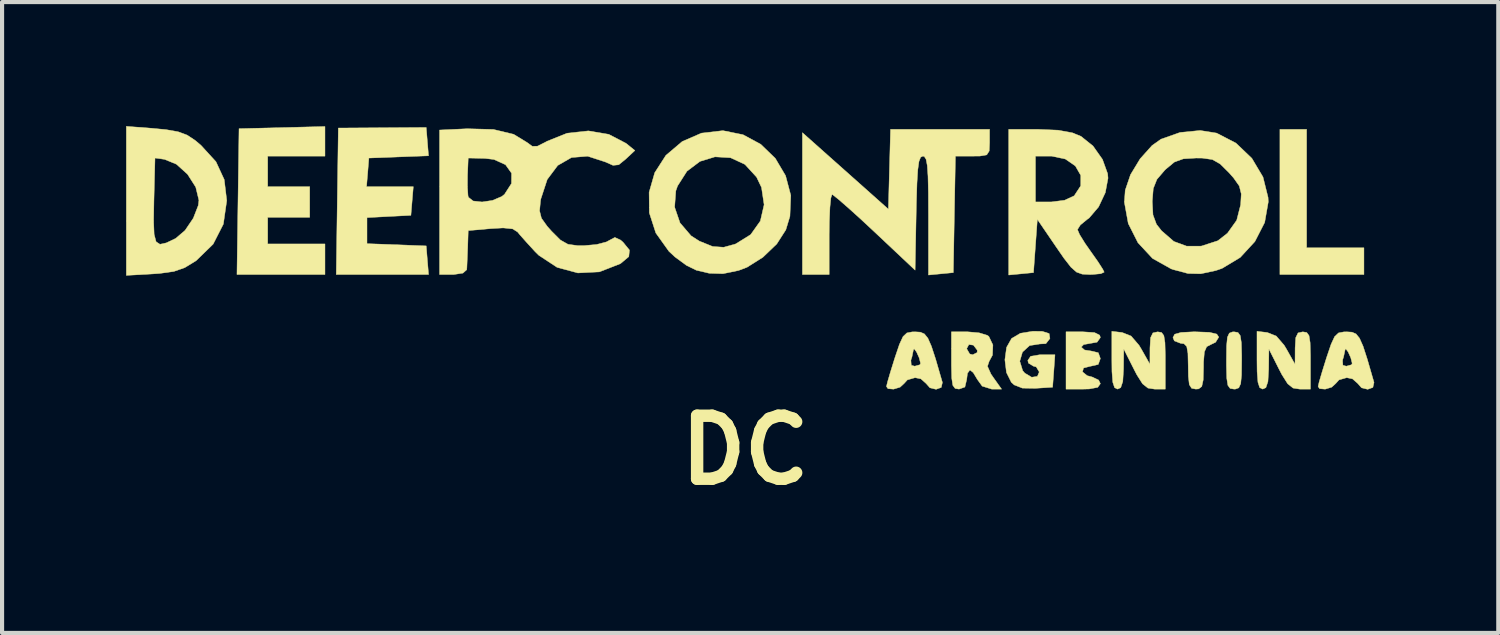
<source format=kicad_pcb>
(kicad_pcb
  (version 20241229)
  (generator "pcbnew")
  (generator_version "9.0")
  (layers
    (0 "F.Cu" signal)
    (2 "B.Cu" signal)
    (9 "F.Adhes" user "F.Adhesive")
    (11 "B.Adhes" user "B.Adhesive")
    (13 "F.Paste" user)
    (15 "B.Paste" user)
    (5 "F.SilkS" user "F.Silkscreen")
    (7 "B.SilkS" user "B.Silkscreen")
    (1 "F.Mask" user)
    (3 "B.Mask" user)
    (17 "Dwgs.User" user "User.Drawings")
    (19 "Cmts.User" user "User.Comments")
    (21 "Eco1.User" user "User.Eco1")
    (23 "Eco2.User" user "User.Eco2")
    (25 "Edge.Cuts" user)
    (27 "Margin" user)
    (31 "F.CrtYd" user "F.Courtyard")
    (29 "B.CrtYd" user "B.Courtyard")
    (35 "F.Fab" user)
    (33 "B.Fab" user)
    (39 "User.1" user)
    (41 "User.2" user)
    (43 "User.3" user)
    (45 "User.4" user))
  (footprint "DC"
    (layer "F.Cu")
    (at 14.968 7.837)
    (property "Reference" "DC" (at 0 0 0) (layer "F.SilkS") (effects (font (size 1.524 1.524) (thickness 0.3))))
    (attr through_hole)
    (fp_poly (pts (xy 13.577 -4.895) (xy 14.963 -4.895) (xy 14.963 -4.249) (xy 12.931 -4.249) (xy 12.931 -7.759) (xy 13.577 -7.759) (xy 13.577 -4.895)) (stroke (width 0.01) (type solid)) (fill yes) (layer "F.SilkS"))
    (fp_poly (pts (xy -10.16 -7.112) (xy -11.545 -7.112) (xy -11.545 -6.373) (xy -10.529 -6.373) (xy -10.529 -5.634) (xy -11.545 -5.634) (xy -11.545 -4.988) (xy -10.16 -4.988) (xy -10.16 -4.249) (xy -12.288 -4.249) (xy -12.263 -6.013) (xy -12.238 -7.776) (xy -10.16 -7.828) (xy -10.16 -7.112)) (stroke (width 0.01) (type solid)) (fill yes) (layer "F.SilkS"))
    (fp_poly (pts (xy -7.684 -7.462) (xy -7.656 -7.12) (xy -8.377 -7.093) (xy -9.098 -7.066) (xy -9.126 -6.719) (xy -9.155 -6.373) (xy -8.024 -6.373) (xy -8.053 -6.027) (xy -8.082 -5.68) (xy -8.613 -5.653) (xy -9.144 -5.625) (xy -9.144 -4.995) (xy -7.712 -4.941) (xy -7.684 -4.595) (xy -7.655 -4.249) (xy -9.887 -4.249) (xy -9.837 -7.791) (xy -7.712 -7.805) (xy -7.684 -7.462)) (stroke (width 0.01) (type solid)) (fill yes) (layer "F.SilkS"))
    (fp_poly (pts (xy 11.917 -2.847) (xy 11.972 -2.772) (xy 11.999 -2.601) (xy 12.007 -2.295) (xy 12.007 -2.171) (xy 12.003 -1.816) (xy 11.983 -1.609) (xy 11.937 -1.509) (xy 11.856 -1.479) (xy 11.823 -1.478) (xy 11.728 -1.494) (xy 11.673 -1.569) (xy 11.646 -1.74) (xy 11.638 -2.046) (xy 11.638 -2.171) (xy 11.642 -2.525) (xy 11.662 -2.733) (xy 11.708 -2.832) (xy 11.789 -2.862) (xy 11.823 -2.863) (xy 11.917 -2.847)) (stroke (width 0.01) (type solid)) (fill yes) (layer "F.SilkS"))
    (fp_poly (pts (xy 8.448 -2.845) (xy 8.573 -2.783) (xy 8.59 -2.725) (xy 8.51 -2.613) (xy 8.359 -2.586) (xy 8.185 -2.555) (xy 8.128 -2.494) (xy 8.207 -2.424) (xy 8.359 -2.401) (xy 8.54 -2.358) (xy 8.59 -2.217) (xy 8.538 -2.074) (xy 8.355 -2.032) (xy 8.351 -2.032) (xy 8.182 -1.989) (xy 8.158 -1.895) (xy 8.271 -1.803) (xy 8.389 -1.772) (xy 8.548 -1.697) (xy 8.59 -1.61) (xy 8.527 -1.521) (xy 8.323 -1.482) (xy 8.174 -1.478) (xy 7.759 -1.478) (xy 7.759 -2.863) (xy 8.174 -2.863) (xy 8.448 -2.845)) (stroke (width 0.01) (type solid)) (fill yes) (layer "F.SilkS"))
    (fp_poly (pts (xy 11.229 -2.851) (xy 11.404 -2.809) (xy 11.453 -2.736) (xy 11.376 -2.611) (xy 11.268 -2.559) (xy 11.161 -2.504) (xy 11.105 -2.378) (xy 11.085 -2.134) (xy 11.084 -1.994) (xy 11.076 -1.698) (xy 11.042 -1.542) (xy 10.967 -1.484) (xy 10.899 -1.478) (xy 10.796 -1.498) (xy 10.74 -1.587) (xy 10.718 -1.787) (xy 10.714 -2.032) (xy 10.707 -2.342) (xy 10.678 -2.509) (xy 10.611 -2.576) (xy 10.529 -2.586) (xy 10.379 -2.644) (xy 10.345 -2.725) (xy 10.387 -2.805) (xy 10.538 -2.848) (xy 10.832 -2.863) (xy 10.899 -2.863) (xy 11.229 -2.851)) (stroke (width 0.01) (type solid)) (fill yes) (layer "F.SilkS"))
    (fp_poly (pts (xy 9.119 -2.846) (xy 9.333 -2.761) (xy 9.524 -2.539) (xy 9.579 -2.448) (xy 9.788 -2.078) (xy 9.789 -2.471) (xy 9.804 -2.722) (xy 9.86 -2.837) (xy 9.975 -2.863) (xy 10.07 -2.847) (xy 10.125 -2.772) (xy 10.152 -2.601) (xy 10.16 -2.295) (xy 10.16 -2.171) (xy 10.16 -1.478) (xy 9.902 -1.478) (xy 9.74 -1.503) (xy 9.61 -1.606) (xy 9.471 -1.825) (xy 9.4 -1.963) (xy 9.155 -2.448) (xy 9.15 -1.963) (xy 9.132 -1.663) (xy 9.082 -1.513) (xy 9.005 -1.478) (xy 8.933 -1.514) (xy 8.89 -1.644) (xy 8.87 -1.902) (xy 8.867 -2.177) (xy 8.867 -2.876) (xy 9.119 -2.846)) (stroke (width 0.01) (type solid)) (fill yes) (layer "F.SilkS"))
    (fp_poly (pts (xy 12.628 -2.846) (xy 12.843 -2.761) (xy 13.034 -2.539) (xy 13.089 -2.448) (xy 13.297 -2.078) (xy 13.299 -2.471) (xy 13.314 -2.722) (xy 13.37 -2.837) (xy 13.485 -2.863) (xy 13.58 -2.847) (xy 13.635 -2.772) (xy 13.662 -2.601) (xy 13.67 -2.295) (xy 13.67 -2.171) (xy 13.67 -1.478) (xy 13.412 -1.478) (xy 13.25 -1.503) (xy 13.12 -1.606) (xy 12.981 -1.825) (xy 12.909 -1.963) (xy 12.665 -2.448) (xy 12.659 -1.963) (xy 12.642 -1.663) (xy 12.592 -1.513) (xy 12.515 -1.478) (xy 12.442 -1.514) (xy 12.4 -1.644) (xy 12.38 -1.902) (xy 12.377 -2.177) (xy 12.377 -2.876) (xy 12.628 -2.846)) (stroke (width 0.01) (type solid)) (fill yes) (layer "F.SilkS"))
    (fp_poly (pts (xy 7.188 -2.874) (xy 7.351 -2.822) (xy 7.37 -2.702) (xy 7.272 -2.577) (xy 7.127 -2.57) (xy 6.878 -2.531) (xy 6.706 -2.374) (xy 6.641 -2.153) (xy 6.711 -1.925) (xy 6.761 -1.866) (xy 6.929 -1.765) (xy 7.067 -1.786) (xy 7.112 -1.893) (xy 7.038 -2.016) (xy 6.973 -2.032) (xy 6.851 -2.106) (xy 6.835 -2.171) (xy 6.904 -2.272) (xy 7.125 -2.309) (xy 7.163 -2.309) (xy 7.492 -2.309) (xy 7.464 -1.917) (xy 7.435 -1.524) (xy 7.015 -1.497) (xy 6.704 -1.502) (xy 6.507 -1.579) (xy 6.437 -1.642) (xy 6.319 -1.879) (xy 6.281 -2.188) (xy 6.322 -2.488) (xy 6.442 -2.701) (xy 6.442 -2.702) (xy 6.657 -2.829) (xy 6.957 -2.877) (xy 7.188 -2.874)) (stroke (width 0.01) (type solid)) (fill yes) (layer "F.SilkS"))
    (fp_poly (pts (xy 5.657 -2.839) (xy 5.857 -2.778) (xy 5.893 -2.752) (xy 5.991 -2.546) (xy 5.981 -2.3) (xy 5.9 -2.15) (xy 5.86 -2.03) (xy 5.944 -1.842) (xy 5.999 -1.762) (xy 6.201 -1.478) (xy 5.962 -1.478) (xy 5.732 -1.55) (xy 5.617 -1.709) (xy 5.515 -1.878) (xy 5.435 -1.94) (xy 5.376 -1.861) (xy 5.357 -1.709) (xy 5.314 -1.528) (xy 5.172 -1.478) (xy 5.078 -1.494) (xy 5.022 -1.569) (xy 4.996 -1.74) (xy 4.988 -2.046) (xy 4.988 -2.171) (xy 4.988 -2.455) (xy 5.357 -2.455) (xy 5.431 -2.328) (xy 5.503 -2.309) (xy 5.611 -2.363) (xy 5.613 -2.419) (xy 5.521 -2.541) (xy 5.41 -2.556) (xy 5.357 -2.455) (xy 4.988 -2.455) (xy 4.988 -2.863) (xy 5.385 -2.863) (xy 5.657 -2.839)) (stroke (width 0.01) (type solid)) (fill yes) (layer "F.SilkS"))
    (fp_poly (pts (xy -14.432 -7.792) (xy -14.006 -7.753) (xy -13.711 -7.701) (xy -13.492 -7.62) (xy -13.296 -7.49) (xy -13.159 -7.374) (xy -12.796 -6.977) (xy -12.596 -6.545) (xy -12.535 -6.037) (xy -12.617 -5.468) (xy -12.864 -4.984) (xy -13.273 -4.586) (xy -13.289 -4.575) (xy -13.551 -4.415) (xy -13.815 -4.323) (xy -14.159 -4.275) (xy -14.32 -4.264) (xy -14.963 -4.228) (xy -14.963 -5.543) (xy -14.304 -5.543) (xy -14.291 -5.222) (xy -14.244 -5.042) (xy -14.15 -4.98) (xy -13.996 -5.014) (xy -13.77 -5.122) (xy -13.543 -5.316) (xy -13.344 -5.61) (xy -13.223 -5.921) (xy -13.208 -6.045) (xy -13.285 -6.363) (xy -13.483 -6.673) (xy -13.752 -6.916) (xy -14.039 -7.034) (xy -14.27 -7.066) (xy -14.296 -6.027) (xy -14.304 -5.543) (xy -14.963 -5.543) (xy -14.963 -7.832) (xy -14.432 -7.792)) (stroke (width 0.01) (type solid)) (fill yes) (layer "F.SilkS"))
    (fp_poly (pts (xy 4.238 -2.855) (xy 4.335 -2.813) (xy 4.419 -2.709) (xy 4.504 -2.516) (xy 4.606 -2.205) (xy 4.738 -1.749) (xy 4.77 -1.639) (xy 4.742 -1.518) (xy 4.617 -1.473) (xy 4.468 -1.51) (xy 4.374 -1.616) (xy 4.25 -1.726) (xy 4.11 -1.755) (xy 3.923 -1.701) (xy 3.846 -1.616) (xy 3.747 -1.525) (xy 3.589 -1.477) (xy 3.454 -1.489) (xy 3.417 -1.541) (xy 3.444 -1.654) (xy 3.514 -1.892) (xy 3.603 -2.178) (xy 4.008 -2.178) (xy 4.017 -2.055) (xy 4.1 -2.032) (xy 4.226 -2.067) (xy 4.242 -2.101) (xy 4.207 -2.238) (xy 4.144 -2.377) (xy 4.088 -2.452) (xy 4.07 -2.432) (xy 4.033 -2.253) (xy 4.008 -2.178) (xy 3.603 -2.178) (xy 3.612 -2.207) (xy 3.62 -2.233) (xy 3.731 -2.561) (xy 3.818 -2.749) (xy 3.912 -2.837) (xy 4.043 -2.862) (xy 4.111 -2.863) (xy 4.238 -2.855)) (stroke (width 0.01) (type solid)) (fill yes) (layer "F.SilkS"))
    (fp_poly (pts (xy 5.911 -7.435) (xy 5.902 -7.236) (xy 5.842 -7.142) (xy 5.679 -7.114) (xy 5.498 -7.112) (xy 5.085 -7.112) (xy 5.059 -5.703) (xy 5.034 -4.295) (xy 4.734 -4.266) (xy 4.433 -4.237) (xy 4.433 -5.675) (xy 4.431 -6.229) (xy 4.422 -6.625) (xy 4.404 -6.885) (xy 4.375 -7.036) (xy 4.332 -7.103) (xy 4.297 -7.112) (xy 4.243 -7.084) (xy 4.203 -6.982) (xy 4.175 -6.781) (xy 4.155 -6.456) (xy 4.141 -5.983) (xy 4.136 -5.734) (xy 4.11 -4.355) (xy 3.14 -5.268) (xy 2.791 -5.593) (xy 2.487 -5.867) (xy 2.255 -6.069) (xy 2.122 -6.174) (xy 2.101 -6.184) (xy 2.073 -6.1) (xy 2.05 -5.869) (xy 2.036 -5.529) (xy 2.032 -5.219) (xy 2.032 -4.249) (xy 1.385 -4.249) (xy 1.385 -7.679) (xy 3.464 -5.829) (xy 3.49 -6.794) (xy 3.516 -7.759) (xy 5.911 -7.759) (xy 5.911 -7.435)) (stroke (width 0.01) (type solid)) (fill yes) (layer "F.SilkS"))
    (fp_poly (pts (xy 14.675 -2.855) (xy 14.772 -2.813) (xy 14.856 -2.709) (xy 14.942 -2.516) (xy 15.043 -2.205) (xy 15.175 -1.749) (xy 15.207 -1.639) (xy 15.179 -1.518) (xy 15.054 -1.473) (xy 14.905 -1.51) (xy 14.812 -1.616) (xy 14.687 -1.726) (xy 14.547 -1.755) (xy 14.36 -1.701) (xy 14.283 -1.616) (xy 14.184 -1.525) (xy 14.026 -1.477) (xy 13.891 -1.489) (xy 13.855 -1.541) (xy 13.881 -1.654) (xy 13.951 -1.892) (xy 14.04 -2.178) (xy 14.445 -2.178) (xy 14.454 -2.055) (xy 14.537 -2.032) (xy 14.663 -2.067) (xy 14.679 -2.101) (xy 14.644 -2.238) (xy 14.581 -2.377) (xy 14.525 -2.452) (xy 14.508 -2.432) (xy 14.47 -2.253) (xy 14.445 -2.178) (xy 14.04 -2.178) (xy 14.049 -2.207) (xy 14.057 -2.233) (xy 14.168 -2.561) (xy 14.255 -2.749) (xy 14.349 -2.837) (xy 14.48 -2.862) (xy 14.549 -2.863) (xy 14.675 -2.855)) (stroke (width 0.01) (type solid)) (fill yes) (layer "F.SilkS"))
    (fp_poly (pts (xy -0.051 -7.63) (xy 0.378 -7.398) (xy 0.729 -7.059) (xy 0.978 -6.639) (xy 1.104 -6.163) (xy 1.083 -5.657) (xy 0.984 -5.33) (xy 0.764 -4.987) (xy 0.429 -4.666) (xy 0.045 -4.424) (xy -0.159 -4.347) (xy -0.536 -4.269) (xy -0.868 -4.279) (xy -1.181 -4.353) (xy -1.421 -4.471) (xy -1.698 -4.675) (xy -1.844 -4.811) (xy -2.16 -5.254) (xy -2.317 -5.74) (xy -2.318 -5.877) (xy -1.705 -5.877) (xy -1.575 -5.498) (xy -1.307 -5.185) (xy -1.108 -5.057) (xy -0.787 -4.927) (xy -0.518 -4.908) (xy -0.23 -4.988) (xy 0.134 -5.214) (xy 0.368 -5.543) (xy 0.459 -5.937) (xy 0.396 -6.355) (xy 0.276 -6.605) (xy -0.006 -6.912) (xy -0.353 -7.073) (xy -0.729 -7.095) (xy -1.093 -6.984) (xy -1.407 -6.747) (xy -1.634 -6.391) (xy -1.676 -6.272) (xy -1.705 -5.877) (xy -2.318 -5.877) (xy -2.322 -6.237) (xy -2.186 -6.711) (xy -1.916 -7.131) (xy -1.522 -7.465) (xy -1.056 -7.668) (xy -0.537 -7.728) (xy -0.051 -7.63)) (stroke (width 0.01) (type solid)) (fill yes) (layer "F.SilkS"))
    (fp_poly (pts (xy 7.569 -7.739) (xy 7.915 -7.675) (xy 8.122 -7.59) (xy 8.412 -7.357) (xy 8.641 -7.033) (xy 8.765 -6.689) (xy 8.775 -6.579) (xy 8.71 -6.231) (xy 8.546 -5.883) (xy 8.322 -5.62) (xy 8.274 -5.585) (xy 8.106 -5.447) (xy 8.036 -5.336) (xy 8.036 -5.336) (xy 8.087 -5.216) (xy 8.219 -5.003) (xy 8.359 -4.803) (xy 8.532 -4.558) (xy 8.649 -4.375) (xy 8.682 -4.306) (xy 8.6 -4.269) (xy 8.397 -4.25) (xy 8.329 -4.249) (xy 8.152 -4.258) (xy 8.014 -4.307) (xy 7.879 -4.426) (xy 7.709 -4.644) (xy 7.521 -4.916) (xy 7.066 -5.583) (xy 6.973 -4.295) (xy 6.673 -4.266) (xy 6.373 -4.237) (xy 6.373 -7.112) (xy 7.02 -7.112) (xy 7.02 -6.004) (xy 7.405 -6.004) (xy 7.725 -6.045) (xy 7.953 -6.151) (xy 7.959 -6.156) (xy 8.115 -6.394) (xy 8.116 -6.646) (xy 7.985 -6.874) (xy 7.742 -7.042) (xy 7.411 -7.112) (xy 7.389 -7.112) (xy 7.02 -7.112) (xy 6.373 -7.112) (xy 6.373 -7.759) (xy 7.09 -7.759) (xy 7.569 -7.739)) (stroke (width 0.01) (type solid)) (fill yes) (layer "F.SilkS"))
    (fp_poly (pts (xy 11.4 -7.669) (xy 11.868 -7.427) (xy 12.253 -7.059) (xy 12.522 -6.607) (xy 12.645 -6.113) (xy 12.65 -6.004) (xy 12.563 -5.508) (xy 12.326 -5.046) (xy 11.971 -4.661) (xy 11.532 -4.397) (xy 11.381 -4.345) (xy 11.016 -4.267) (xy 10.707 -4.274) (xy 10.354 -4.368) (xy 10.299 -4.387) (xy 9.852 -4.638) (xy 9.499 -5.017) (xy 9.264 -5.483) (xy 9.171 -5.993) (xy 9.172 -6.016) (xy 9.844 -6.016) (xy 9.862 -5.691) (xy 9.946 -5.464) (xy 10.068 -5.308) (xy 10.366 -5.049) (xy 10.675 -4.935) (xy 11.029 -4.936) (xy 11.431 -5.066) (xy 11.662 -5.247) (xy 11.886 -5.56) (xy 11.982 -5.936) (xy 11.997 -6.199) (xy 11.949 -6.39) (xy 11.809 -6.588) (xy 11.702 -6.709) (xy 11.486 -6.923) (xy 11.3 -7.029) (xy 11.058 -7.064) (xy 10.908 -7.066) (xy 10.597 -7.047) (xy 10.382 -6.97) (xy 10.174 -6.798) (xy 10.146 -6.771) (xy 9.957 -6.55) (xy 9.869 -6.328) (xy 9.844 -6.016) (xy 9.172 -6.016) (xy 9.191 -6.288) (xy 9.319 -6.664) (xy 9.551 -7.047) (xy 9.839 -7.368) (xy 10.056 -7.522) (xy 10.516 -7.684) (xy 11.003 -7.732) (xy 11.4 -7.669)) (stroke (width 0.01) (type solid)) (fill yes) (layer "F.SilkS"))
    (fp_poly (pts (xy -6.086 -7.757) (xy -5.598 -7.64) (xy -5.27 -7.44) (xy -5.147 -7.35) (xy -5.024 -7.352) (xy -4.83 -7.449) (xy -4.791 -7.471) (xy -4.305 -7.666) (xy -3.79 -7.722) (xy -3.298 -7.639) (xy -2.879 -7.421) (xy -2.866 -7.41) (xy -2.666 -7.248) (xy -2.889 -7.039) (xy -3.056 -6.903) (xy -3.195 -6.889) (xy -3.38 -6.971) (xy -3.808 -7.11) (xy -4.199 -7.078) (xy -4.531 -6.887) (xy -4.785 -6.549) (xy -4.94 -6.077) (xy -4.948 -6.028) (xy -4.971 -5.79) (xy -4.926 -5.611) (xy -4.787 -5.416) (xy -4.682 -5.298) (xy -4.468 -5.084) (xy -4.285 -4.98) (xy -4.05 -4.948) (xy -3.892 -4.948) (xy -3.592 -4.975) (xy -3.354 -5.037) (xy -3.283 -5.076) (xy -3.15 -5.146) (xy -3.012 -5.082) (xy -2.954 -5.032) (xy -2.797 -4.84) (xy -2.813 -4.681) (xy -3.005 -4.52) (xy -3.025 -4.508) (xy -3.524 -4.313) (xy -4.045 -4.287) (xy -4.547 -4.422) (xy -4.99 -4.714) (xy -5.077 -4.8) (xy -5.285 -5.027) (xy -5.451 -5.214) (xy -5.503 -5.278) (xy -5.622 -5.353) (xy -5.85 -5.376) (xy -6.15 -5.359) (xy -6.696 -5.311) (xy -6.709 -4.895) (xy -6.72 -4.616) (xy -6.729 -4.408) (xy -6.733 -4.364) (xy -6.824 -4.283) (xy -7.047 -4.249) (xy -7.066 -4.249) (xy -7.389 -4.249) (xy -7.389 -6.371) (xy -6.715 -6.371) (xy -6.702 -6.163) (xy -6.693 -6.119) (xy -6.578 -6.027) (xy -6.361 -6.003) (xy -6.108 -6.041) (xy -5.884 -6.136) (xy -5.819 -6.188) (xy -5.65 -6.45) (xy -5.648 -6.699) (xy -5.794 -6.904) (xy -6.073 -7.031) (xy -6.29 -7.057) (xy -6.696 -7.066) (xy -6.713 -6.65) (xy -6.715 -6.371) (xy -7.389 -6.371) (xy -7.389 -7.743) (xy -6.722 -7.774) (xy -6.086 -7.757)) (stroke (width 0.01) (type solid)) (fill yes) (layer "F.SilkS")))
  (gr_rect
    (start -3 -3)
    (end 33.18 12.255)
    (stroke (width 0.1) (type default))
    (fill no)
    (layer "Edge.Cuts")))
</source>
